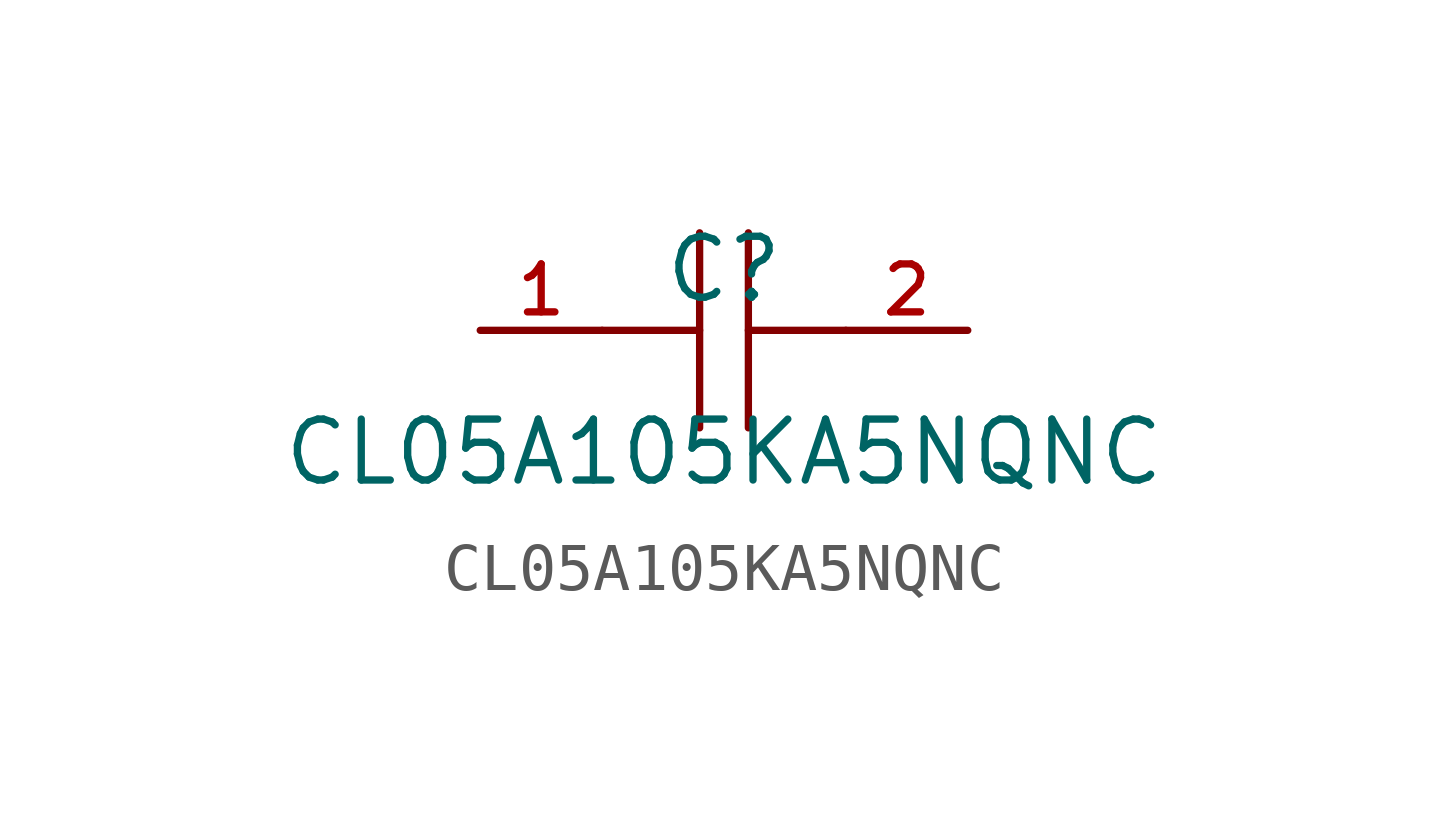
<source format=kicad_sym>
(kicad_symbol_lib
  (version 20210201)
  (generator TousstNicolas/JLC2KiCad_lib)
  (symbol "CL05A105KA5NQNC"
    (pin_names hide)
    (property "Reference" "C"
      (at 0 1.27 0)
      (effects (font (size 1.27 1.27))))
    (property "Value" "CL05A105KA5NQNC"
      (at 0 -2.54 0)
      (effects (font (size 1.27 1.27))))
    (symbol "CL05A105KA5NQNC_0_1"
      (polyline (pts (xy -0.508 -2.032) (xy -0.508 2.032)) (stroke (width 0) (type default) (color 0 0 0 0)) (fill (type none)))
      (pin unspecified line (at -5.08 -0.0 0) (length 2.54) (name "1" (effects (font (size 1 1)))) (number "1" (effects (font (size 1 1)))))
      (polyline (pts (xy 2.54 -0.0) (xy 0.508 -0.0)) (stroke (width 0) (type default) (color 0 0 0 0)) (fill (type none)))
      (polyline (pts (xy 0.508 2.032) (xy 0.508 -2.032)) (stroke (width 0) (type default) (color 0 0 0 0)) (fill (type none)))
      (pin unspecified line (at 5.08 -0.0 180) (length 2.54) (name "2" (effects (font (size 1 1)))) (number "2" (effects (font (size 1 1)))))
      (polyline (pts (xy -0.508 -0.0) (xy -2.54 -0.0)) (stroke (width 0) (type default) (color 0 0 0 0)) (fill (type none))))))
</source>
